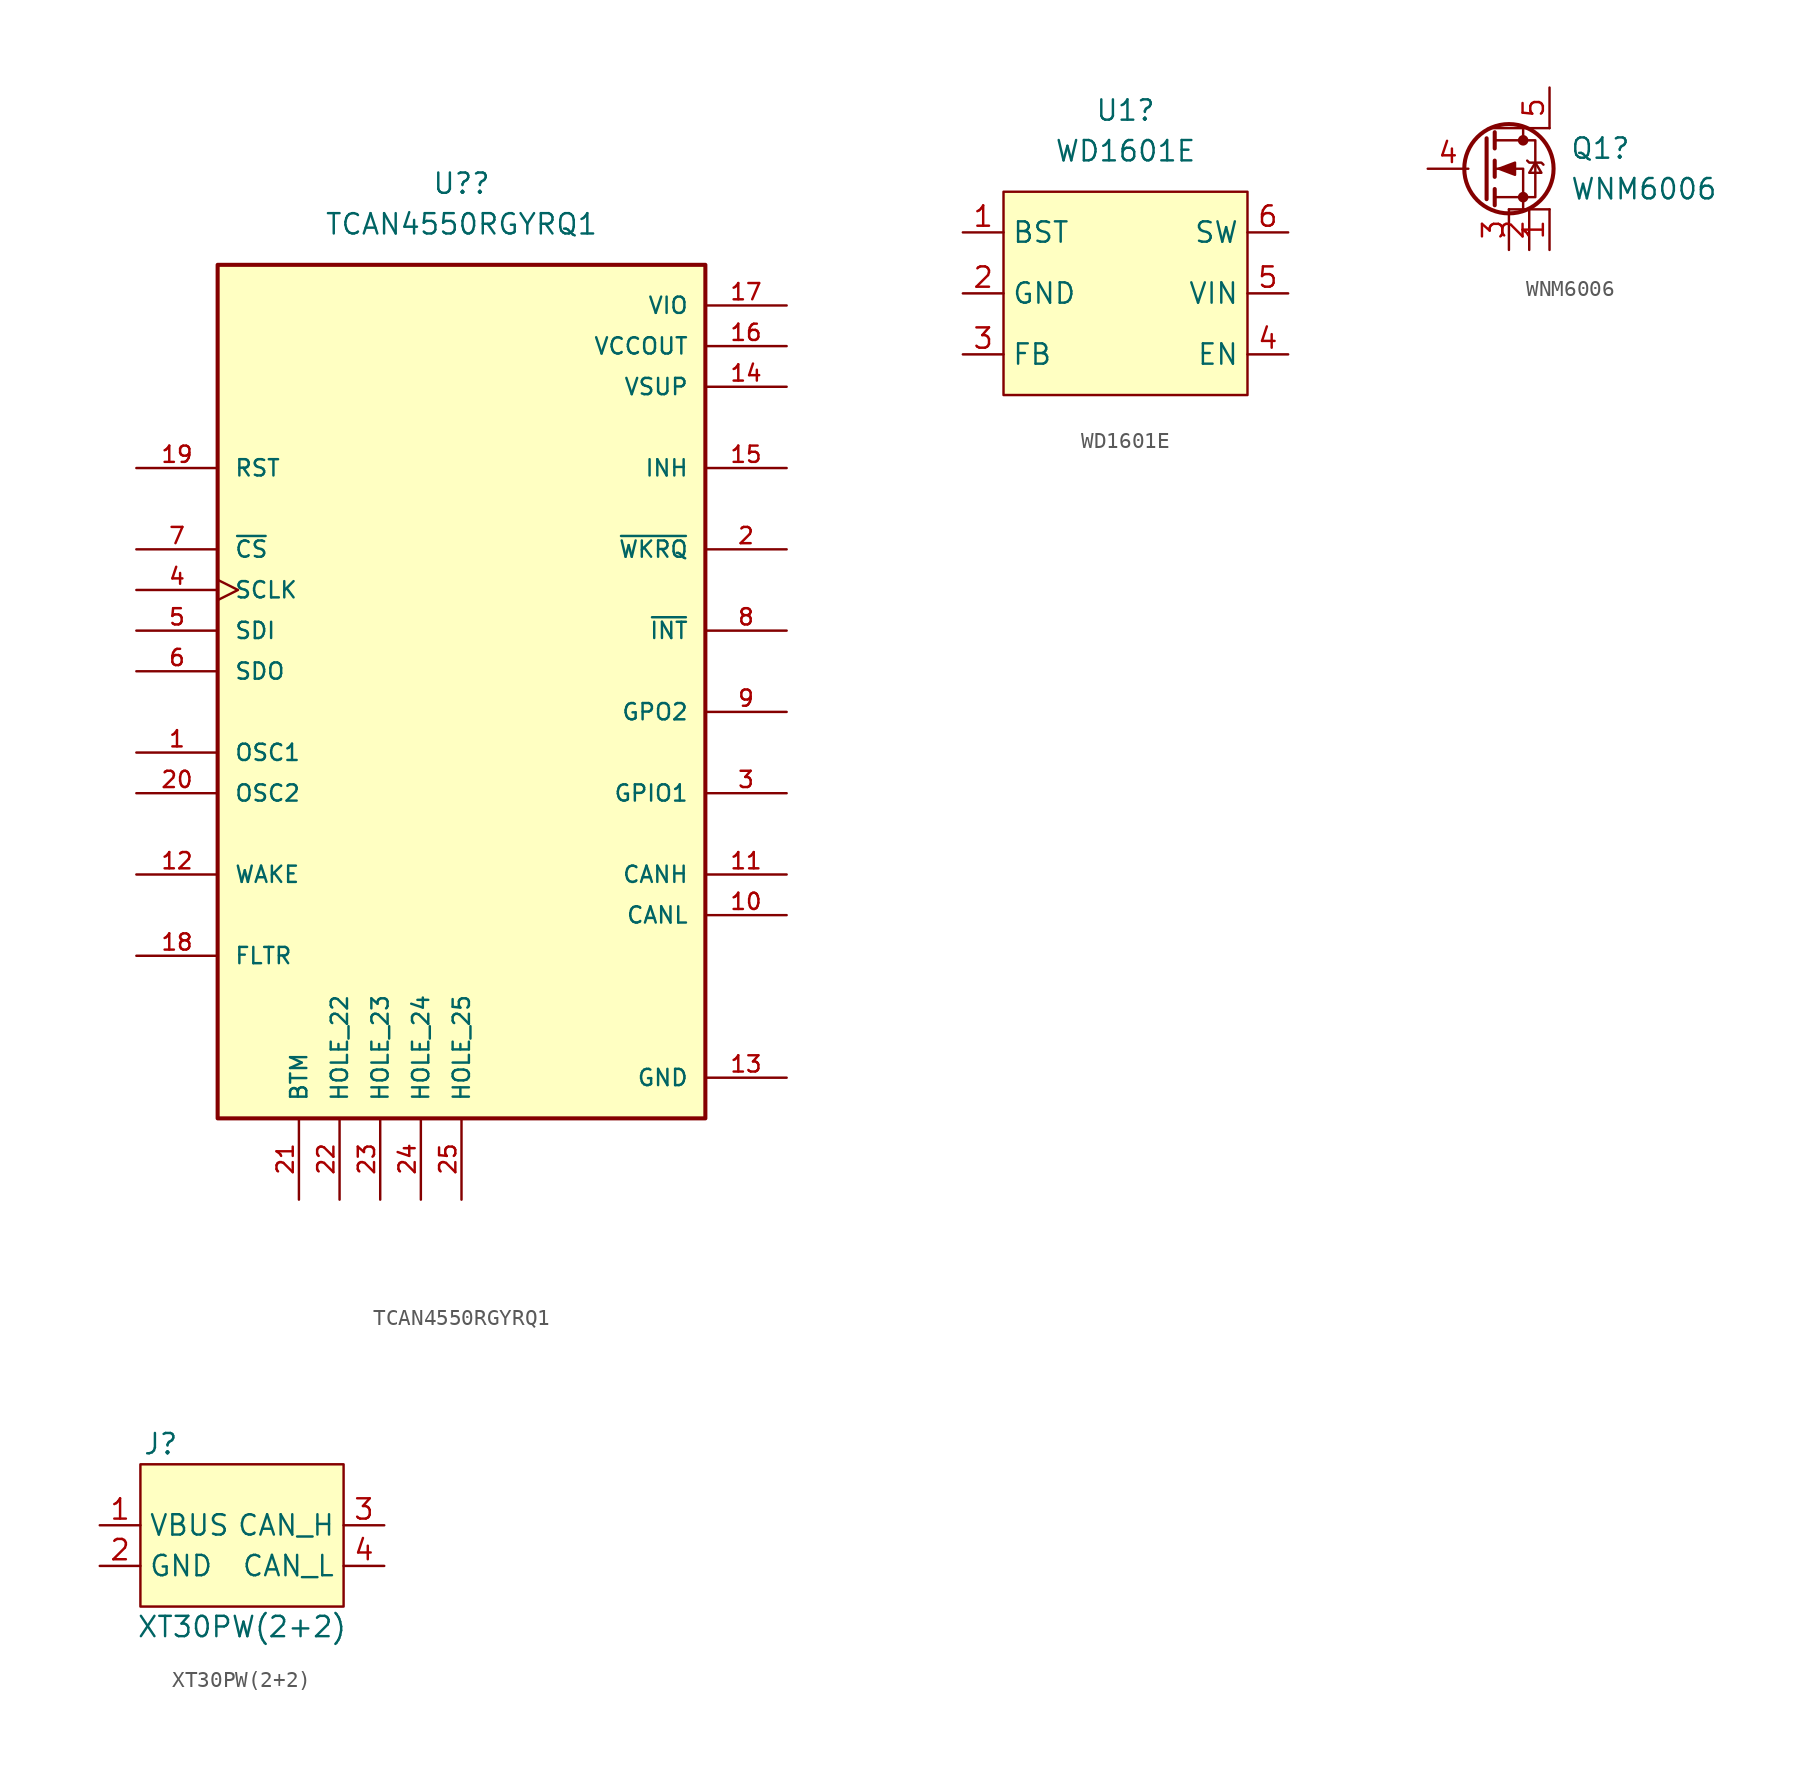
<source format=kicad_sym>
(kicad_symbol_lib
  (version 20211014)
  (generator kicad_symbol_editor)
  (symbol "TCAN4550RGYRQ1"
    (pin_names
      (offset 1.016))
    (property "Reference" "U?"
      (at 0 30.48 0)
      (effects (font (size 1.27 1.27))))
    (property "Value" "TCAN4550RGYRQ1"
      (at 0 27.94 0)
      (effects (font (size 1.27 1.27))))
    (symbol "TCAN4550RGYRQ1_0_0"
      (rectangle (start -15.24 -27.94) (end 15.24 25.4) (stroke (width 0.254) (type default) (color 0 0 0 0)) (fill (type background)))
      (pin input line (at -20.32 -5.08 0) (length 5.08) (name "OSC1" (effects (font (size 1.016 1.016)))) (number "1" (effects (font (size 1.016 1.016)))))
      (pin bidirectional line (at 20.32 -15.24 180) (length 5.08) (name "CANL" (effects (font (size 1.016 1.016)))) (number "10" (effects (font (size 1.016 1.016)))))
      (pin bidirectional line (at 20.32 -12.7 180) (length 5.08) (name "CANH" (effects (font (size 1.016 1.016)))) (number "11" (effects (font (size 1.016 1.016)))))
      (pin input line (at -20.32 -12.7 0) (length 5.08) (name "WAKE" (effects (font (size 1.016 1.016)))) (number "12" (effects (font (size 1.016 1.016)))))
      (pin power_in line (at 20.32 -25.4 180) (length 5.08) (name "GND" (effects (font (size 1.016 1.016)))) (number "13" (effects (font (size 1.016 1.016)))))
      (pin power_in line (at 20.32 17.78 180) (length 5.08) (name "VSUP" (effects (font (size 1.016 1.016)))) (number "14" (effects (font (size 1.016 1.016)))))
      (pin output line (at 20.32 12.7 180) (length 5.08) (name "INH" (effects (font (size 1.016 1.016)))) (number "15" (effects (font (size 1.016 1.016)))))
      (pin power_in line (at 20.32 20.32 180) (length 5.08) (name "VCCOUT" (effects (font (size 1.016 1.016)))) (number "16" (effects (font (size 1.016 1.016)))))
      (pin power_in line (at 20.32 22.86 180) (length 5.08) (name "VIO" (effects (font (size 1.016 1.016)))) (number "17" (effects (font (size 1.016 1.016)))))
      (pin passive line (at -20.32 -17.78 0) (length 5.08) (name "FLTR" (effects (font (size 1.016 1.016)))) (number "18" (effects (font (size 1.016 1.016)))))
      (pin input line (at -20.32 12.7 0) (length 5.08) (name "RST" (effects (font (size 1.016 1.016)))) (number "19" (effects (font (size 1.016 1.016)))))
      (pin output line (at 20.32 7.62 180) (length 5.08) (name "~{WKRQ}" (effects (font (size 1.016 1.016)))) (number "2" (effects (font (size 1.016 1.016)))))
      (pin output line (at -20.32 -7.62 0) (length 5.08) (name "OSC2" (effects (font (size 1.016 1.016)))) (number "20" (effects (font (size 1.016 1.016)))))
      (pin free line (at -10.16 -33.02 90) (length 5.08) (name "BTM" (effects (font (size 1.016 1.016)))) (number "21" (effects (font (size 1.016 1.016)))))
      (pin free line (at -7.62 -33.02 90) (length 5.08) (name "HOLE_22" (effects (font (size 1.016 1.016)))) (number "22" (effects (font (size 1.016 1.016)))))
      (pin free line (at -5.08 -33.02 90) (length 5.08) (name "HOLE_23" (effects (font (size 1.016 1.016)))) (number "23" (effects (font (size 1.016 1.016)))))
      (pin free line (at -2.54 -33.02 90) (length 5.08) (name "HOLE_24" (effects (font (size 1.016 1.016)))) (number "24" (effects (font (size 1.016 1.016)))))
      (pin free line (at 0 -33.02 90) (length 5.08) (name "HOLE_25" (effects (font (size 1.016 1.016)))) (number "25" (effects (font (size 1.016 1.016)))))
      (pin bidirectional line (at 20.32 -7.62 180) (length 5.08) (name "GPIO1" (effects (font (size 1.016 1.016)))) (number "3" (effects (font (size 1.016 1.016)))))
      (pin input clock (at -20.32 5.08 0) (length 5.08) (name "SCLK" (effects (font (size 1.016 1.016)))) (number "4" (effects (font (size 1.016 1.016)))))
      (pin input line (at -20.32 2.54 0) (length 5.08) (name "SDI" (effects (font (size 1.016 1.016)))) (number "5" (effects (font (size 1.016 1.016)))))
      (pin output line (at -20.32 0 0) (length 5.08) (name "SDO" (effects (font (size 1.016 1.016)))) (number "6" (effects (font (size 1.016 1.016)))))
      (pin input line (at -20.32 7.62 0) (length 5.08) (name "~{CS}" (effects (font (size 1.016 1.016)))) (number "7" (effects (font (size 1.016 1.016)))))
      (pin output line (at 20.32 2.54 180) (length 5.08) (name "~{INT}" (effects (font (size 1.016 1.016)))) (number "8" (effects (font (size 1.016 1.016)))))
      (pin output line (at 20.32 -2.54 180) (length 5.08) (name "GPO2" (effects (font (size 1.016 1.016)))) (number "9" (effects (font (size 1.016 1.016)))))))
  (symbol "WD1601E"
    (property "Reference" "U1"
      (at 0 11.43 0)
      (effects (font (size 1.27 1.27))))
    (property "Value" "WD1601E"
      (at 0 8.89 0)
      (effects (font (size 1.27 1.27))))
    (symbol "WD1601E_0_1"
      (rectangle (start -7.62 6.35) (end 7.62 -6.35) (stroke (width 0) (type default) (color 0 0 0 0)) (fill (type background))))
    (symbol "WD1601E_1_1"
      (pin output line (at -10.16 3.81 0) (length 2.54) (name "BST" (effects (font (size 1.27 1.27)))) (number "1" (effects (font (size 1.27 1.27)))))
      (pin power_in line (at -10.16 0 0) (length 2.54) (name "GND" (effects (font (size 1.27 1.27)))) (number "2" (effects (font (size 1.27 1.27)))))
      (pin input line (at -10.16 -3.81 0) (length 2.54) (name "FB" (effects (font (size 1.27 1.27)))) (number "3" (effects (font (size 1.27 1.27)))))
      (pin input line (at 10.16 -3.81 180) (length 2.54) (name "EN" (effects (font (size 1.27 1.27)))) (number "4" (effects (font (size 1.27 1.27)))))
      (pin power_in line (at 10.16 0 180) (length 2.54) (name "VIN" (effects (font (size 1.27 1.27)))) (number "5" (effects (font (size 1.27 1.27)))))
      (pin power_out line (at 10.16 3.81 180) (length 2.54) (name "SW" (effects (font (size 1.27 1.27)))) (number "6" (effects (font (size 1.27 1.27)))))))
  (symbol "WNM6006"
    (property "Reference" "Q1"
      (at 3.81 1.27 0)
      (effects (font (size 1.27 1.27)) (justify left)))
    (property "Value" "WNM6006"
      (at 3.81 -1.27 0)
      (effects (font (size 1.27 1.27)) (justify left)))
    (symbol "WNM6006_0_1"
      (polyline (pts (xy -1.397 1.905) (xy -1.397 -1.905)) (stroke (width 0.254) (type default) (color 0 0 0 0)) (fill (type none)))
      (polyline (pts (xy -1.27 2.54) (xy 2.54 2.54)) (stroke (width 0) (type default) (color 0 0 0 0)) (fill (type none)))
      (polyline (pts (xy -0.889 -1.27) (xy -0.889 -2.286)) (stroke (width 0.254) (type default) (color 0 0 0 0)) (fill (type none)))
      (polyline (pts (xy -0.889 0.508) (xy -0.889 -0.508)) (stroke (width 0.254) (type default) (color 0 0 0 0)) (fill (type none)))
      (polyline (pts (xy -0.889 2.286) (xy -0.889 1.27)) (stroke (width 0.254) (type default) (color 0 0 0 0)) (fill (type none)))
      (polyline (pts (xy 0.889 2.54) (xy 0.889 1.778)) (stroke (width 0) (type default) (color 0 0 0 0)) (fill (type none)))
      (polyline (pts (xy 2.54 -2.54) (xy 0 -2.54)) (stroke (width 0) (type default) (color 0 0 0 0)) (fill (type none)))
      (polyline (pts (xy 0.889 -2.54) (xy 0.889 0) (xy -0.889 0)) (stroke (width 0) (type default) (color 0 0 0 0)) (fill (type none)))
      (polyline (pts (xy -0.889 -1.778) (xy 1.651 -1.778) (xy 1.651 1.778) (xy -0.889 1.778)) (stroke (width 0) (type default) (color 0 0 0 0)) (fill (type none)))
      (polyline (pts (xy -0.635 0) (xy 0.381 0.381) (xy 0.381 -0.381) (xy -0.635 0)) (stroke (width 0) (type default) (color 0 0 0 0)) (fill (type outline)))
      (polyline (pts (xy 1.143 0.508) (xy 1.27 0.381) (xy 2.032 0.381) (xy 2.159 0.254)) (stroke (width 0) (type default) (color 0 0 0 0)) (fill (type none)))
      (polyline (pts (xy 1.651 0.381) (xy 1.27 -0.254) (xy 2.032 -0.254) (xy 1.651 0.381)) (stroke (width 0) (type default) (color 0 0 0 0)) (fill (type none)))
      (circle (center 0 0) (radius 2.794) (stroke (width 0.254) (type default) (color 0 0 0 0)) (fill (type none)))
      (circle (center 0.889 -1.778) (radius 0.254) (stroke (width 0) (type default) (color 0 0 0 0)) (fill (type outline)))
      (circle (center 0.889 1.778) (radius 0.254) (stroke (width 0) (type default) (color 0 0 0 0)) (fill (type outline))))
    (symbol "WNM6006_1_1"
      (pin passive line (at 2.54 -5.08 90) (length 2.54) (name "" (effects (font (size 1.27 1.27)))) (number "1" (effects (font (size 1.27 1.27)))))
      (pin passive line (at 1.27 -5.08 90) (length 2.54) (name "" (effects (font (size 1.27 1.27)))) (number "2" (effects (font (size 1.27 1.27)))))
      (pin passive line (at 0 -5.08 90) (length 2.54) (name "" (effects (font (size 1.27 1.27)))) (number "3" (effects (font (size 1.27 1.27)))))
      (pin input line (at -5.08 0 0) (length 2.54) (name "" (effects (font (size 1.27 1.27)))) (number "4" (effects (font (size 1.27 1.27)))))
      (pin passive line (at 2.54 5.08 270) (length 2.54) (name "" (effects (font (size 1.27 1.27)))) (number "5" (effects (font (size 1.27 1.27)))))))
  (symbol "XT30PW(2+2)"
    (property "Reference" "J"
      (at -5.08 6.35 0)
      (effects (font (size 1.27 1.27))))
    (property "Value" "XT30PW(2+2)"
      (at 0 -5.08 0)
      (effects (font (size 1.27 1.27))))
    (symbol "XT30PW(2+2)_0_1"
      (rectangle (start -6.35 5.08) (end 6.35 -3.81) (stroke (width 0) (type default) (color 0 0 0 0)) (fill (type background))))
    (symbol "XT30PW(2+2)_1_1"
      (pin passive line (at -8.89 1.27 0) (length 2.54) (name "VBUS" (effects (font (size 1.27 1.27)))) (number "1" (effects (font (size 1.27 1.27)))))
      (pin passive line (at -8.89 -1.27 0) (length 2.54) (name "GND" (effects (font (size 1.27 1.27)))) (number "2" (effects (font (size 1.27 1.27)))))
      (pin bidirectional line (at 8.89 1.27 180) (length 2.54) (name "CAN_H" (effects (font (size 1.27 1.27)))) (number "3" (effects (font (size 1.27 1.27)))))
      (pin bidirectional line (at 8.89 -1.27 180) (length 2.54) (name "CAN_L" (effects (font (size 1.27 1.27)))) (number "4" (effects (font (size 1.27 1.27))))))))
</source>
